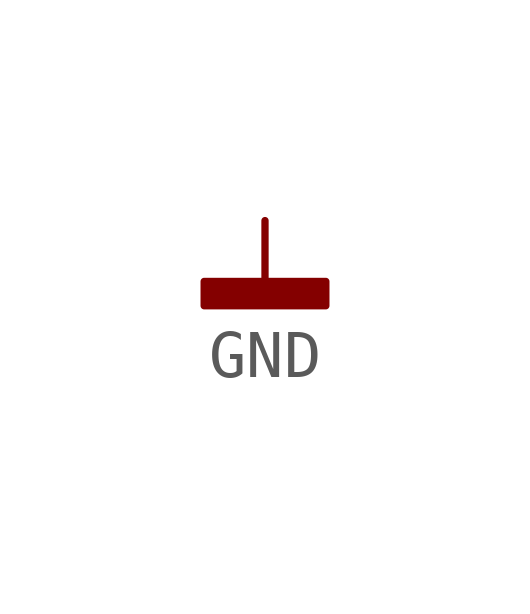
<source format=kicad_sym>
(kicad_symbol_lib
  (version 20241209)
  (generator "kicad_symbol_editor")
  (generator_version "9.0")
  (symbol "GND"
    (power)
    (pin_numbers
      (hide yes))
    (pin_names
      (offset 0)
      (hide yes))
    (property "Reference" "#PWR"
      (at 0 -10.16 0)
      (effects (font (size 1.27 1.27)) (hide yes)))
    (symbol "GND_1_1"
      (rectangle (start -1.27 -1.27) (end 1.27 -1.778) (stroke (width 0) (type default)) (fill (type outline)))
      (pin power_in line (at 0 0 270) (length 1.27) (name "GND" (effects (font (size 1.27 1.27)))) (number "1" (effects (font (size 1.27 1.27))))))))
</source>
